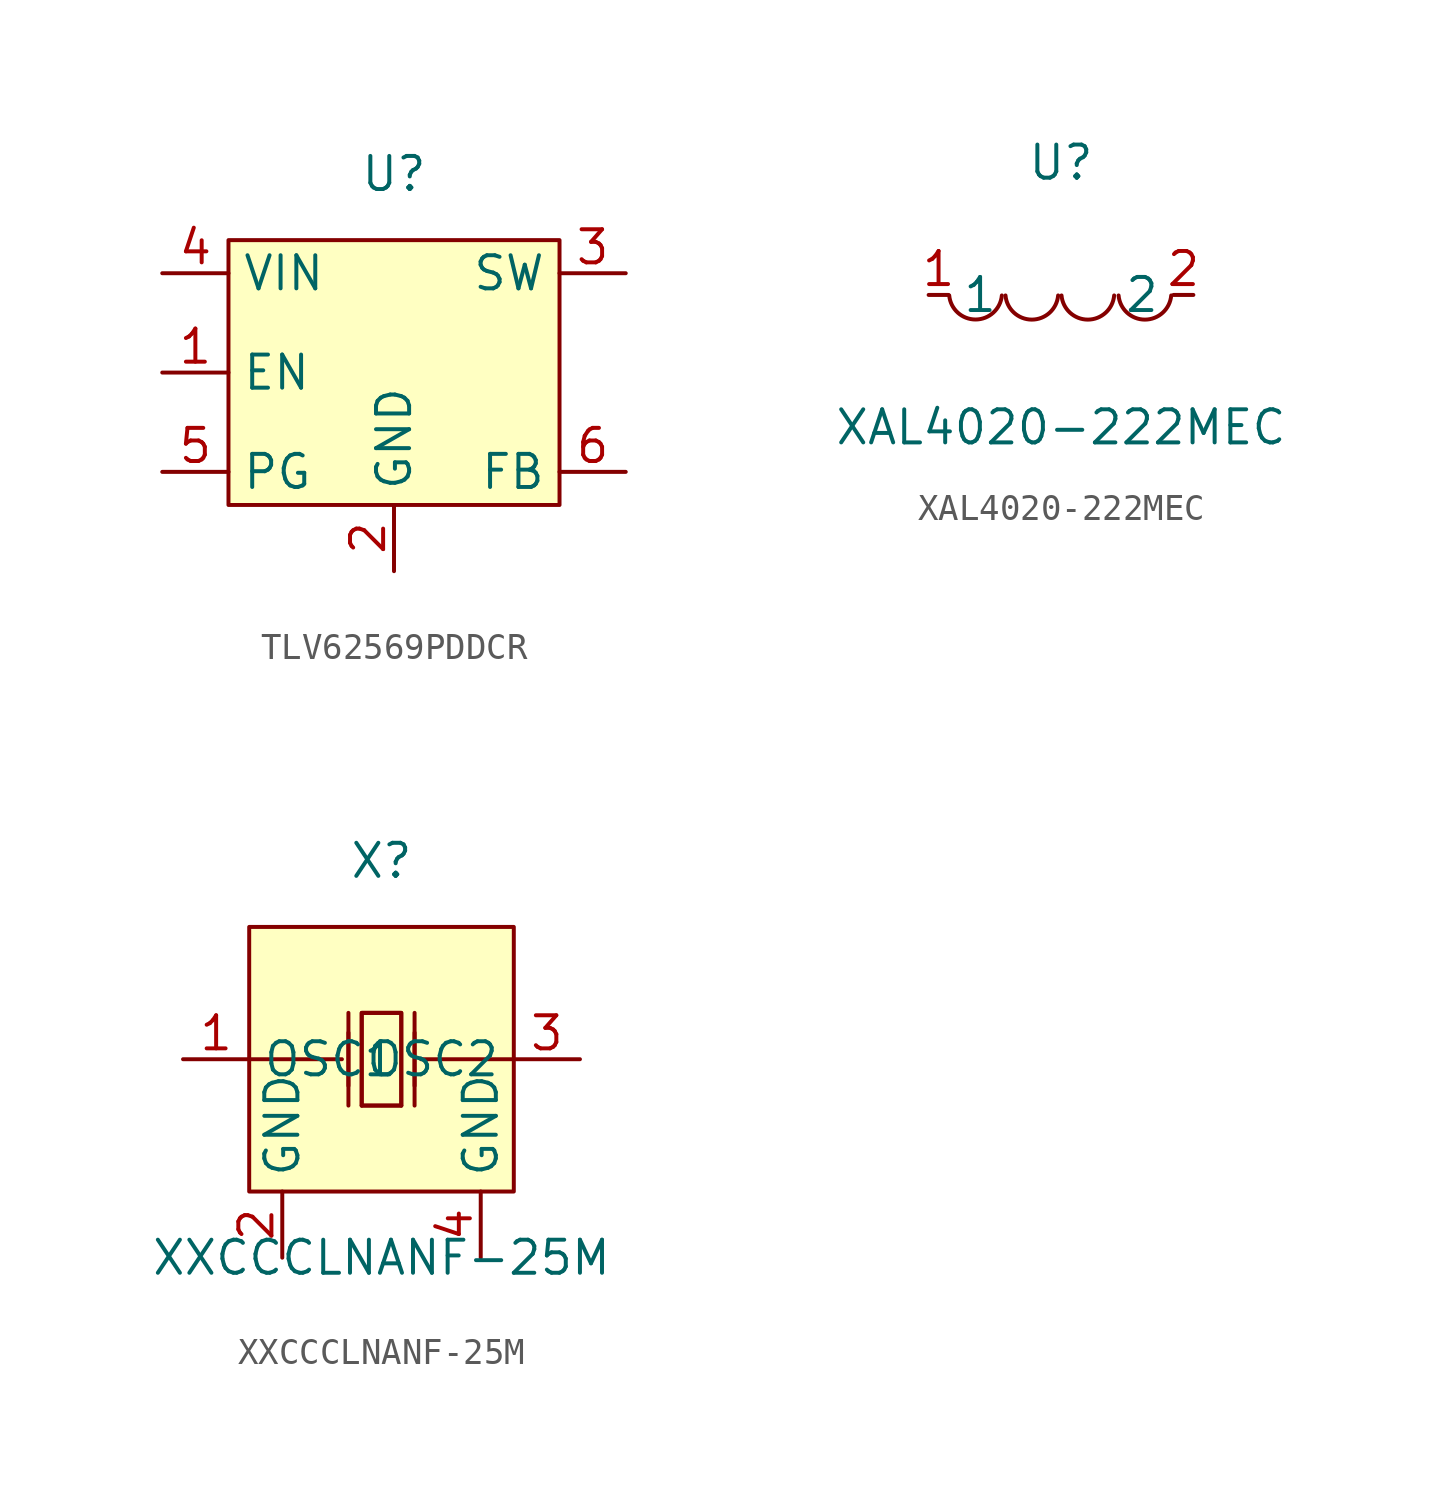
<source format=kicad_sym>
(kicad_symbol_lib
  (version 20241209)
  (generator "kicad_symbol_editor")
  (generator_version "9.0")
  (symbol "TLV62569PDDCR"
    (property "Reference" "U"
      (at 0 7.62 0)
      (effects (font (size 1.27 1.27))))
    (symbol "TLV62569PDDCR_0_1"
      (rectangle (start -6.35 5.08) (end 6.35 -5.08) (stroke (width 0) (type default)) (fill (type background)))
      (pin unspecified line (at -8.89 3.81 0) (length 2.54) (name "VIN" (effects (font (size 1.27 1.27)))) (number "4" (effects (font (size 1.27 1.27)))))
      (pin unspecified line (at -8.89 0 0) (length 2.54) (name "EN" (effects (font (size 1.27 1.27)))) (number "1" (effects (font (size 1.27 1.27)))))
      (pin unspecified line (at -8.89 -3.81 0) (length 2.54) (name "PG" (effects (font (size 1.27 1.27)))) (number "5" (effects (font (size 1.27 1.27)))))
      (pin unspecified line (at 0 -7.62 90) (length 2.54) (name "GND" (effects (font (size 1.27 1.27)))) (number "2" (effects (font (size 1.27 1.27)))))
      (pin unspecified line (at 8.89 3.81 180) (length 2.54) (name "SW" (effects (font (size 1.27 1.27)))) (number "3" (effects (font (size 1.27 1.27)))))
      (pin unspecified line (at 8.89 -3.81 180) (length 2.54) (name "FB" (effects (font (size 1.27 1.27)))) (number "6" (effects (font (size 1.27 1.27)))))))
  (symbol "XAL4020-222MEC"
    (property "Reference" "U"
      (at 0 5.08 0)
      (effects (font (size 1.27 1.27))))
    (property "Value" "XAL4020-222MEC"
      (at 0 -5.08 0)
      (effects (font (size 1.27 1.27))))
    (symbol "XAL4020-222MEC_0_1"
      (arc (start -2.27 -0.02) (mid -3.28 -0.9427) (end -4.29 -0.02) (stroke (width 0) (type default)) (fill (type none)))
      (arc (start -0.11 -0.02) (mid -1.12 -0.9471) (end -2.13 -0.02) (stroke (width 0) (type default)) (fill (type none)))
      (arc (start 2.04 -0.02) (mid 1.03 -0.9471) (end 0.02 -0.02) (stroke (width 0) (type default)) (fill (type none)))
      (arc (start 4.23 -0.02) (mid 3.22 -0.9471) (end 2.21 -0.02) (stroke (width 0) (type default)) (fill (type none)))
      (pin unspecified line (at -5.08 0 0) (length 0.762) (name "1" (effects (font (size 1.27 1.27)))) (number "1" (effects (font (size 1.27 1.27)))))
      (pin unspecified line (at 5.08 0 180) (length 0.762) (name "2" (effects (font (size 1.27 1.27)))) (number "2" (effects (font (size 1.27 1.27)))))))
  (symbol "XXCCCLNANF-25M"
    (property "Reference" "X"
      (at 0 7.62 0)
      (effects (font (size 1.27 1.27))))
    (property "Value" "XXCCCLNANF-25M"
      (at 0 -7.62 0)
      (effects (font (size 1.27 1.27))))
    (symbol "XXCCCLNANF-25M_0_1"
      (rectangle (start -5.08 5.08) (end 5.08 -5.08) (stroke (width 0) (type default)) (fill (type background)))
      (polyline (pts (xy -5.08 0) (xy -2.54 0) (xy -2.54 0) (xy -1.52 0)) (stroke (width 0) (type default)) (fill (type none)))
      (polyline (pts (xy -1.27 -1.02) (xy -1.27 1.02)) (stroke (width 0) (type default)) (fill (type none)))
      (polyline (pts (xy -1.27 -1.78) (xy -1.27 1.78)) (stroke (width 0) (type default)) (fill (type none)))
      (polyline (pts (xy -0.76 -1.78) (xy -0.76 1.78) (xy 0.76 1.78) (xy 0.76 -1.78)) (stroke (width 0) (type default)) (fill (type none)))
      (polyline (pts (xy 0.76 1.78) (xy 0.76 -1.78) (xy -0.76 -1.78) (xy -0.76 1.78) (xy 0.76 1.78)) (stroke (width 0) (type default)) (fill (type background)))
      (polyline (pts (xy 0.76 -1.78) (xy -0.76 -1.78)) (stroke (width 0) (type default)) (fill (type none)))
      (polyline (pts (xy 1.27 -1.02) (xy 1.27 1.02)) (stroke (width 0) (type default)) (fill (type none)))
      (polyline (pts (xy 1.27 -1.78) (xy 1.27 1.78)) (stroke (width 0) (type default)) (fill (type none)))
      (polyline (pts (xy 5.08 0) (xy 2.54 0) (xy 2.54 0) (xy 1.52 0)) (stroke (width 0) (type default)) (fill (type none)))
      (pin unspecified line (at -7.62 0 0) (length 2.54) (name "OSC1" (effects (font (size 1.27 1.27)))) (number "1" (effects (font (size 1.27 1.27)))))
      (pin unspecified line (at -3.81 -7.62 90) (length 2.54) (name "GND" (effects (font (size 1.27 1.27)))) (number "2" (effects (font (size 1.27 1.27)))))
      (pin unspecified line (at 3.81 -7.62 90) (length 2.54) (name "GND" (effects (font (size 1.27 1.27)))) (number "4" (effects (font (size 1.27 1.27))))))
    (symbol "XXCCCLNANF-25M_1_1"
      (pin unspecified line (at 7.62 0 180) (length 2.54) (name "OSC2" (effects (font (size 1.27 1.27)))) (number "3" (effects (font (size 1.27 1.27))))))))
</source>
